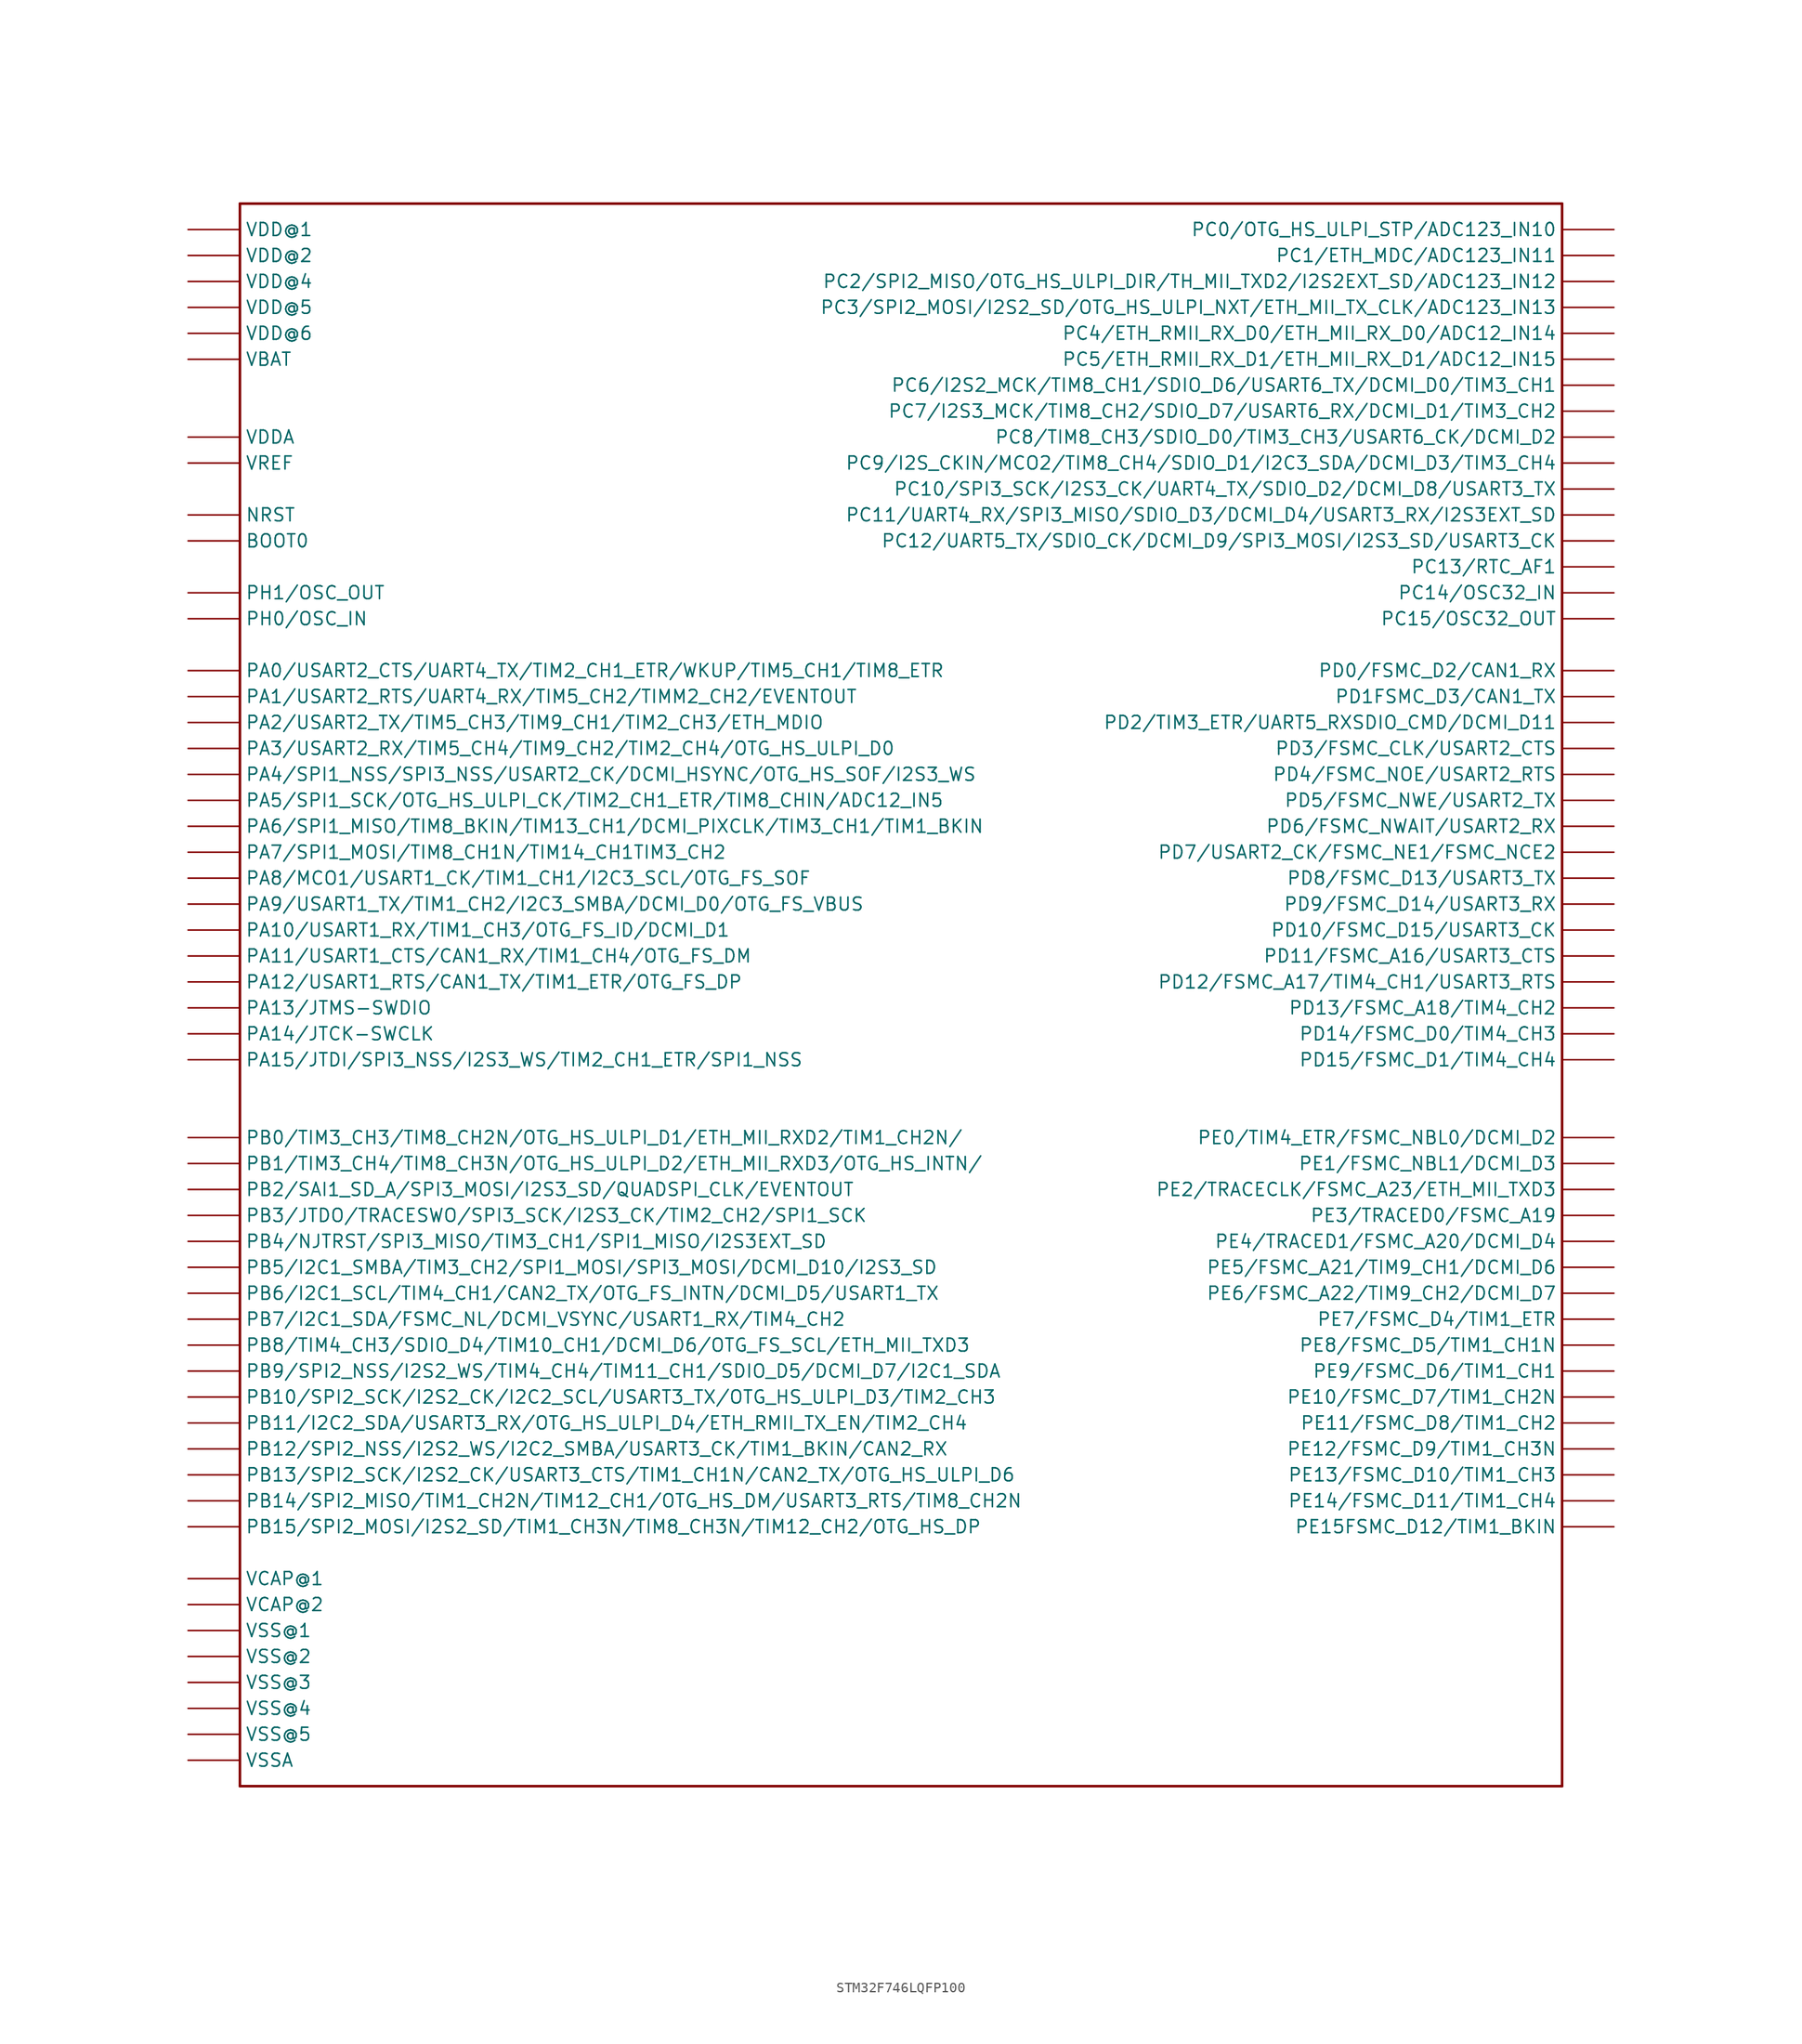
<source format=kicad_sym>
(kicad_symbol_lib
  (version 20231120)
  (generator "kicad_symbol_editor")
  (generator_version "8.0")
  (symbol "STM32F746LQFP100"
    (property "Reference" ""
      (at -60.96 76.2 0)
      (effects (font (size 5.08 4.318) (bold yes)) (justify left bottom) (hide yes)))
    (property "Value" ""
      (at 45.72 -81.28 0)
      (effects (font (size 5.08 4.318) (bold yes)) (justify left bottom)))
    (property "ki_locked" ""
      (at 0 0 0)
      (effects (font (size 1.27 1.27))))
    (symbol "STM32F746LQFP100_1_0"
      (polyline (pts (xy -60.96 -78.74) (xy -60.96 76.2)) (stroke (width 0.254) (type solid)) (fill (type none)))
      (polyline (pts (xy -60.96 76.2) (xy 68.58 76.2)) (stroke (width 0.254) (type solid)) (fill (type none)))
      (polyline (pts (xy 68.58 -78.74) (xy -60.96 -78.74)) (stroke (width 0.254) (type solid)) (fill (type none)))
      (polyline (pts (xy 68.58 76.2) (xy 68.58 -78.74)) (stroke (width 0.254) (type solid)) (fill (type none)))
      (pin bidirectional line (at 73.66 -20.32 180) (length 5.08) (name "PE2/TRACECLK/FSMC_A23/ETH_MII_TXD3" (effects (font (size 1.27 1.27)))) (number "1" (effects (font (size 0 0)))))
      (pin power_in line (at -66.04 -63.5 0) (length 5.08) (name "VSS@1" (effects (font (size 1.27 1.27)))) (number "10" (effects (font (size 0 0)))))
      (pin power_in line (at -66.04 63.5 0) (length 5.08) (name "VDD@6" (effects (font (size 1.27 1.27)))) (number "100" (effects (font (size 0 0)))))
      (pin power_in line (at -66.04 73.66 0) (length 5.08) (name "VDD@1" (effects (font (size 1.27 1.27)))) (number "11" (effects (font (size 0 0)))))
      (pin bidirectional line (at -66.04 35.56 0) (length 5.08) (name "PH0/OSC_IN" (effects (font (size 1.27 1.27)))) (number "12" (effects (font (size 0 0)))))
      (pin bidirectional line (at -66.04 38.1 0) (length 5.08) (name "PH1/OSC_OUT" (effects (font (size 1.27 1.27)))) (number "13" (effects (font (size 0 0)))))
      (pin bidirectional line (at -66.04 45.72 0) (length 5.08) (name "NRST" (effects (font (size 1.27 1.27)))) (number "14" (effects (font (size 0 0)))))
      (pin bidirectional line (at 73.66 73.66 180) (length 5.08) (name "PC0/OTG_HS_ULPI_STP/ADC123_IN10" (effects (font (size 1.27 1.27)))) (number "15" (effects (font (size 0 0)))))
      (pin bidirectional line (at 73.66 71.12 180) (length 5.08) (name "PC1/ETH_MDC/ADC123_IN11" (effects (font (size 1.27 1.27)))) (number "16" (effects (font (size 0 0)))))
      (pin bidirectional line (at 73.66 68.58 180) (length 5.08) (name "PC2/SPI2_MISO/OTG_HS_ULPI_DIR/TH_MII_TXD2/I2S2EXT_SD/ADC123_IN12" (effects (font (size 1.27 1.27)))) (number "17" (effects (font (size 0 0)))))
      (pin bidirectional line (at 73.66 66.04 180) (length 5.08) (name "PC3/SPI2_MOSI/I2S2_SD/OTG_HS_ULPI_NXT/ETH_MII_TX_CLK/ADC123_IN13" (effects (font (size 1.27 1.27)))) (number "18" (effects (font (size 0 0)))))
      (pin power_in line (at -66.04 -76.2 0) (length 5.08) (name "VSSA" (effects (font (size 1.27 1.27)))) (number "19" (effects (font (size 0 0)))))
      (pin bidirectional line (at 73.66 -22.86 180) (length 5.08) (name "PE3/TRACED0/FSMC_A19" (effects (font (size 1.27 1.27)))) (number "2" (effects (font (size 0 0)))))
      (pin power_in line (at -66.04 50.8 0) (length 5.08) (name "VREF" (effects (font (size 1.27 1.27)))) (number "20" (effects (font (size 0 0)))))
      (pin power_in line (at -66.04 53.34 0) (length 5.08) (name "VDDA" (effects (font (size 1.27 1.27)))) (number "21" (effects (font (size 0 0)))))
      (pin bidirectional line (at -66.04 30.48 0) (length 5.08) (name "PA0/USART2_CTS/UART4_TX/TIM2_CH1_ETR/WKUP/TIM5_CH1/TIM8_ETR" (effects (font (size 1.27 1.27)))) (number "22" (effects (font (size 0 0)))))
      (pin bidirectional line (at -66.04 27.94 0) (length 5.08) (name "PA1/USART2_RTS/UART4_RX/TIM5_CH2/TIMM2_CH2/EVENTOUT" (effects (font (size 1.27 1.27)))) (number "23" (effects (font (size 0 0)))))
      (pin bidirectional line (at -66.04 25.4 0) (length 5.08) (name "PA2/USART2_TX/TIM5_CH3/TIM9_CH1/TIM2_CH3/ETH_MDIO" (effects (font (size 1.27 1.27)))) (number "24" (effects (font (size 0 0)))))
      (pin bidirectional line (at -66.04 22.86 0) (length 5.08) (name "PA3/USART2_RX/TIM5_CH4/TIM9_CH2/TIM2_CH4/OTG_HS_ULPI_D0" (effects (font (size 1.27 1.27)))) (number "25" (effects (font (size 0 0)))))
      (pin power_in line (at -66.04 -66.04 0) (length 5.08) (name "VSS@2" (effects (font (size 1.27 1.27)))) (number "26" (effects (font (size 0 0)))))
      (pin power_in line (at -66.04 71.12 0) (length 5.08) (name "VDD@2" (effects (font (size 1.27 1.27)))) (number "27" (effects (font (size 0 0)))))
      (pin bidirectional line (at -66.04 20.32 0) (length 5.08) (name "PA4/SPI1_NSS/SPI3_NSS/USART2_CK/DCMI_HSYNC/OTG_HS_SOF/I2S3_WS" (effects (font (size 1.27 1.27)))) (number "28" (effects (font (size 0 0)))))
      (pin bidirectional line (at -66.04 17.78 0) (length 5.08) (name "PA5/SPI1_SCK/OTG_HS_ULPI_CK/TIM2_CH1_ETR/TIM8_CHIN/ADC12_IN5" (effects (font (size 1.27 1.27)))) (number "29" (effects (font (size 0 0)))))
      (pin bidirectional line (at 73.66 -25.4 180) (length 5.08) (name "PE4/TRACED1/FSMC_A20/DCMI_D4" (effects (font (size 1.27 1.27)))) (number "3" (effects (font (size 0 0)))))
      (pin bidirectional line (at -66.04 15.24 0) (length 5.08) (name "PA6/SPI1_MISO/TIM8_BKIN/TIM13_CH1/DCMI_PIXCLK/TIM3_CH1/TIM1_BKIN" (effects (font (size 1.27 1.27)))) (number "30" (effects (font (size 0 0)))))
      (pin bidirectional line (at -66.04 12.7 0) (length 5.08) (name "PA7/SPI1_MOSI/TIM8_CH1N/TIM14_CH1TIM3_CH2" (effects (font (size 1.27 1.27)))) (number "31" (effects (font (size 0 0)))))
      (pin bidirectional line (at 73.66 63.5 180) (length 5.08) (name "PC4/ETH_RMII_RX_D0/ETH_MII_RX_D0/ADC12_IN14" (effects (font (size 1.27 1.27)))) (number "32" (effects (font (size 0 0)))))
      (pin bidirectional line (at 73.66 60.96 180) (length 5.08) (name "PC5/ETH_RMII_RX_D1/ETH_MII_RX_D1/ADC12_IN15" (effects (font (size 1.27 1.27)))) (number "33" (effects (font (size 0 0)))))
      (pin bidirectional line (at -66.04 -15.24 0) (length 5.08) (name "PB0/TIM3_CH3/TIM8_CH2N/OTG_HS_ULPI_D1/ETH_MII_RXD2/TIM1_CH2N/" (effects (font (size 1.27 1.27)))) (number "34" (effects (font (size 0 0)))))
      (pin bidirectional line (at -66.04 -17.78 0) (length 5.08) (name "PB1/TIM3_CH4/TIM8_CH3N/OTG_HS_ULPI_D2/ETH_MII_RXD3/OTG_HS_INTN/" (effects (font (size 1.27 1.27)))) (number "35" (effects (font (size 0 0)))))
      (pin bidirectional line (at -66.04 -20.32 0) (length 5.08) (name "PB2/SAI1_SD_A/SPI3_MOSI/I2S3_SD/QUADSPI_CLK/EVENTOUT" (effects (font (size 1.27 1.27)))) (number "36" (effects (font (size 0 0)))))
      (pin bidirectional line (at 73.66 -33.02 180) (length 5.08) (name "PE7/FSMC_D4/TIM1_ETR" (effects (font (size 1.27 1.27)))) (number "37" (effects (font (size 0 0)))))
      (pin bidirectional line (at 73.66 -35.56 180) (length 5.08) (name "PE8/FSMC_D5/TIM1_CH1N" (effects (font (size 1.27 1.27)))) (number "38" (effects (font (size 0 0)))))
      (pin bidirectional line (at 73.66 -38.1 180) (length 5.08) (name "PE9/FSMC_D6/TIM1_CH1" (effects (font (size 1.27 1.27)))) (number "39" (effects (font (size 0 0)))))
      (pin bidirectional line (at 73.66 -27.94 180) (length 5.08) (name "PE5/FSMC_A21/TIM9_CH1/DCMI_D6" (effects (font (size 1.27 1.27)))) (number "4" (effects (font (size 0 0)))))
      (pin bidirectional line (at 73.66 -40.64 180) (length 5.08) (name "PE10/FSMC_D7/TIM1_CH2N" (effects (font (size 1.27 1.27)))) (number "40" (effects (font (size 0 0)))))
      (pin bidirectional line (at 73.66 -43.18 180) (length 5.08) (name "PE11/FSMC_D8/TIM1_CH2" (effects (font (size 1.27 1.27)))) (number "41" (effects (font (size 0 0)))))
      (pin bidirectional line (at 73.66 -45.72 180) (length 5.08) (name "PE12/FSMC_D9/TIM1_CH3N" (effects (font (size 1.27 1.27)))) (number "42" (effects (font (size 0 0)))))
      (pin bidirectional line (at 73.66 -48.26 180) (length 5.08) (name "PE13/FSMC_D10/TIM1_CH3" (effects (font (size 1.27 1.27)))) (number "43" (effects (font (size 0 0)))))
      (pin bidirectional line (at 73.66 -50.8 180) (length 5.08) (name "PE14/FSMC_D11/TIM1_CH4" (effects (font (size 1.27 1.27)))) (number "44" (effects (font (size 0 0)))))
      (pin bidirectional line (at 73.66 -53.34 180) (length 5.08) (name "PE15FSMC_D12/TIM1_BKIN" (effects (font (size 1.27 1.27)))) (number "45" (effects (font (size 0 0)))))
      (pin bidirectional line (at -66.04 -40.64 0) (length 5.08) (name "PB10/SPI2_SCK/I2S2_CK/I2C2_SCL/USART3_TX/OTG_HS_ULPI_D3/TIM2_CH3" (effects (font (size 1.27 1.27)))) (number "46" (effects (font (size 0 0)))))
      (pin bidirectional line (at -66.04 -43.18 0) (length 5.08) (name "PB11/I2C2_SDA/USART3_RX/OTG_HS_ULPI_D4/ETH_RMII_TX_EN/TIM2_CH4" (effects (font (size 1.27 1.27)))) (number "47" (effects (font (size 0 0)))))
      (pin power_in line (at -66.04 -58.42 0) (length 5.08) (name "VCAP@1" (effects (font (size 1.27 1.27)))) (number "48" (effects (font (size 0 0)))))
      (pin power_in line (at -66.04 -73.66 0) (length 5.08) (name "VSS@5" (effects (font (size 1.27 1.27)))) (number "49" (effects (font (size 0 0)))))
      (pin bidirectional line (at 73.66 -30.48 180) (length 5.08) (name "PE6/FSMC_A22/TIM9_CH2/DCMI_D7" (effects (font (size 1.27 1.27)))) (number "5" (effects (font (size 0 0)))))
      (pin power_in line (at -66.04 68.58 0) (length 5.08) (name "VDD@4" (effects (font (size 1.27 1.27)))) (number "50" (effects (font (size 0 0)))))
      (pin bidirectional line (at -66.04 -45.72 0) (length 5.08) (name "PB12/SPI2_NSS/I2S2_WS/I2C2_SMBA/USART3_CK/TIM1_BKIN/CAN2_RX" (effects (font (size 1.27 1.27)))) (number "51" (effects (font (size 0 0)))))
      (pin bidirectional line (at -66.04 -48.26 0) (length 5.08) (name "PB13/SPI2_SCK/I2S2_CK/USART3_CTS/TIM1_CH1N/CAN2_TX/OTG_HS_ULPI_D6" (effects (font (size 1.27 1.27)))) (number "52" (effects (font (size 0 0)))))
      (pin bidirectional line (at -66.04 -50.8 0) (length 5.08) (name "PB14/SPI2_MISO/TIM1_CH2N/TIM12_CH1/OTG_HS_DM/USART3_RTS/TIM8_CH2N" (effects (font (size 1.27 1.27)))) (number "53" (effects (font (size 0 0)))))
      (pin bidirectional line (at -66.04 -53.34 0) (length 5.08) (name "PB15/SPI2_MOSI/I2S2_SD/TIM1_CH3N/TIM8_CH3N/TIM12_CH2/OTG_HS_DP" (effects (font (size 1.27 1.27)))) (number "54" (effects (font (size 0 0)))))
      (pin bidirectional line (at 73.66 10.16 180) (length 5.08) (name "PD8/FSMC_D13/USART3_TX" (effects (font (size 1.27 1.27)))) (number "55" (effects (font (size 0 0)))))
      (pin bidirectional line (at 73.66 7.62 180) (length 5.08) (name "PD9/FSMC_D14/USART3_RX" (effects (font (size 1.27 1.27)))) (number "56" (effects (font (size 0 0)))))
      (pin bidirectional line (at 73.66 5.08 180) (length 5.08) (name "PD10/FSMC_D15/USART3_CK" (effects (font (size 1.27 1.27)))) (number "57" (effects (font (size 0 0)))))
      (pin bidirectional line (at 73.66 2.54 180) (length 5.08) (name "PD11/FSMC_A16/USART3_CTS" (effects (font (size 1.27 1.27)))) (number "58" (effects (font (size 0 0)))))
      (pin bidirectional line (at 73.66 0 180) (length 5.08) (name "PD12/FSMC_A17/TIM4_CH1/USART3_RTS" (effects (font (size 1.27 1.27)))) (number "59" (effects (font (size 0 0)))))
      (pin power_in line (at -66.04 60.96 0) (length 5.08) (name "VBAT" (effects (font (size 1.27 1.27)))) (number "6" (effects (font (size 0 0)))))
      (pin bidirectional line (at 73.66 -2.54 180) (length 5.08) (name "PD13/FSMC_A18/TIM4_CH2" (effects (font (size 1.27 1.27)))) (number "60" (effects (font (size 0 0)))))
      (pin bidirectional line (at 73.66 -5.08 180) (length 5.08) (name "PD14/FSMC_D0/TIM4_CH3" (effects (font (size 1.27 1.27)))) (number "61" (effects (font (size 0 0)))))
      (pin bidirectional line (at 73.66 -7.62 180) (length 5.08) (name "PD15/FSMC_D1/TIM4_CH4" (effects (font (size 1.27 1.27)))) (number "62" (effects (font (size 0 0)))))
      (pin bidirectional line (at 73.66 58.42 180) (length 5.08) (name "PC6/I2S2_MCK/TIM8_CH1/SDIO_D6/USART6_TX/DCMI_D0/TIM3_CH1" (effects (font (size 1.27 1.27)))) (number "63" (effects (font (size 0 0)))))
      (pin bidirectional line (at 73.66 55.88 180) (length 5.08) (name "PC7/I2S3_MCK/TIM8_CH2/SDIO_D7/USART6_RX/DCMI_D1/TIM3_CH2" (effects (font (size 1.27 1.27)))) (number "64" (effects (font (size 0 0)))))
      (pin bidirectional line (at 73.66 53.34 180) (length 5.08) (name "PC8/TIM8_CH3/SDIO_D0/TIM3_CH3/USART6_CK/DCMI_D2" (effects (font (size 1.27 1.27)))) (number "65" (effects (font (size 0 0)))))
      (pin bidirectional line (at 73.66 50.8 180) (length 5.08) (name "PC9/I2S_CKIN/MCO2/TIM8_CH4/SDIO_D1/I2C3_SDA/DCMI_D3/TIM3_CH4" (effects (font (size 1.27 1.27)))) (number "66" (effects (font (size 0 0)))))
      (pin bidirectional line (at -66.04 10.16 0) (length 5.08) (name "PA8/MCO1/USART1_CK/TIM1_CH1/I2C3_SCL/OTG_FS_SOF" (effects (font (size 1.27 1.27)))) (number "67" (effects (font (size 0 0)))))
      (pin bidirectional line (at -66.04 7.62 0) (length 5.08) (name "PA9/USART1_TX/TIM1_CH2/I2C3_SMBA/DCMI_D0/OTG_FS_VBUS" (effects (font (size 1.27 1.27)))) (number "68" (effects (font (size 0 0)))))
      (pin bidirectional line (at -66.04 5.08 0) (length 5.08) (name "PA10/USART1_RX/TIM1_CH3/OTG_FS_ID/DCMI_D1" (effects (font (size 1.27 1.27)))) (number "69" (effects (font (size 0 0)))))
      (pin bidirectional line (at 73.66 40.64 180) (length 5.08) (name "PC13/RTC_AF1" (effects (font (size 1.27 1.27)))) (number "7" (effects (font (size 0 0)))))
      (pin bidirectional line (at -66.04 2.54 0) (length 5.08) (name "PA11/USART1_CTS/CAN1_RX/TIM1_CH4/OTG_FS_DM" (effects (font (size 1.27 1.27)))) (number "70" (effects (font (size 0 0)))))
      (pin bidirectional line (at -66.04 0 0) (length 5.08) (name "PA12/USART1_RTS/CAN1_TX/TIM1_ETR/OTG_FS_DP" (effects (font (size 1.27 1.27)))) (number "71" (effects (font (size 0 0)))))
      (pin bidirectional line (at -66.04 -2.54 0) (length 5.08) (name "PA13/JTMS-SWDIO" (effects (font (size 1.27 1.27)))) (number "72" (effects (font (size 0 0)))))
      (pin power_in line (at -66.04 -60.96 0) (length 5.08) (name "VCAP@2" (effects (font (size 1.27 1.27)))) (number "73" (effects (font (size 0 0)))))
      (pin power_in line (at -66.04 -68.58 0) (length 5.08) (name "VSS@3" (effects (font (size 1.27 1.27)))) (number "74" (effects (font (size 0 0)))))
      (pin power_in line (at -66.04 66.04 0) (length 5.08) (name "VDD@5" (effects (font (size 1.27 1.27)))) (number "75" (effects (font (size 0 0)))))
      (pin bidirectional line (at -66.04 -5.08 0) (length 5.08) (name "PA14/JTCK-SWCLK" (effects (font (size 1.27 1.27)))) (number "76" (effects (font (size 0 0)))))
      (pin bidirectional line (at -66.04 -7.62 0) (length 5.08) (name "PA15/JTDI/SPI3_NSS/I2S3_WS/TIM2_CH1_ETR/SPI1_NSS" (effects (font (size 1.27 1.27)))) (number "77" (effects (font (size 0 0)))))
      (pin bidirectional line (at 73.66 48.26 180) (length 5.08) (name "PC10/SPI3_SCK/I2S3_CK/UART4_TX/SDIO_D2/DCMI_D8/USART3_TX" (effects (font (size 1.27 1.27)))) (number "78" (effects (font (size 0 0)))))
      (pin bidirectional line (at 73.66 45.72 180) (length 5.08) (name "PC11/UART4_RX/SPI3_MISO/SDIO_D3/DCMI_D4/USART3_RX/I2S3EXT_SD" (effects (font (size 1.27 1.27)))) (number "79" (effects (font (size 0 0)))))
      (pin bidirectional line (at 73.66 38.1 180) (length 5.08) (name "PC14/OSC32_IN" (effects (font (size 1.27 1.27)))) (number "8" (effects (font (size 0 0)))))
      (pin bidirectional line (at 73.66 43.18 180) (length 5.08) (name "PC12/UART5_TX/SDIO_CK/DCMI_D9/SPI3_MOSI/I2S3_SD/USART3_CK" (effects (font (size 1.27 1.27)))) (number "80" (effects (font (size 0 0)))))
      (pin bidirectional line (at 73.66 30.48 180) (length 5.08) (name "PD0/FSMC_D2/CAN1_RX" (effects (font (size 1.27 1.27)))) (number "81" (effects (font (size 0 0)))))
      (pin bidirectional line (at 73.66 27.94 180) (length 5.08) (name "PD1FSMC_D3/CAN1_TX" (effects (font (size 1.27 1.27)))) (number "82" (effects (font (size 0 0)))))
      (pin bidirectional line (at 73.66 25.4 180) (length 5.08) (name "PD2/TIM3_ETR/UART5_RXSDIO_CMD/DCMI_D11" (effects (font (size 1.27 1.27)))) (number "83" (effects (font (size 0 0)))))
      (pin bidirectional line (at 73.66 22.86 180) (length 5.08) (name "PD3/FSMC_CLK/USART2_CTS" (effects (font (size 1.27 1.27)))) (number "84" (effects (font (size 0 0)))))
      (pin bidirectional line (at 73.66 20.32 180) (length 5.08) (name "PD4/FSMC_NOE/USART2_RTS" (effects (font (size 1.27 1.27)))) (number "85" (effects (font (size 0 0)))))
      (pin bidirectional line (at 73.66 17.78 180) (length 5.08) (name "PD5/FSMC_NWE/USART2_TX" (effects (font (size 1.27 1.27)))) (number "86" (effects (font (size 0 0)))))
      (pin bidirectional line (at 73.66 15.24 180) (length 5.08) (name "PD6/FSMC_NWAIT/USART2_RX" (effects (font (size 1.27 1.27)))) (number "87" (effects (font (size 0 0)))))
      (pin bidirectional line (at 73.66 12.7 180) (length 5.08) (name "PD7/USART2_CK/FSMC_NE1/FSMC_NCE2" (effects (font (size 1.27 1.27)))) (number "88" (effects (font (size 0 0)))))
      (pin bidirectional line (at -66.04 -22.86 0) (length 5.08) (name "PB3/JTDO/TRACESWO/SPI3_SCK/I2S3_CK/TIM2_CH2/SPI1_SCK" (effects (font (size 1.27 1.27)))) (number "89" (effects (font (size 0 0)))))
      (pin bidirectional line (at 73.66 35.56 180) (length 5.08) (name "PC15/OSC32_OUT" (effects (font (size 1.27 1.27)))) (number "9" (effects (font (size 0 0)))))
      (pin bidirectional line (at -66.04 -25.4 0) (length 5.08) (name "PB4/NJTRST/SPI3_MISO/TIM3_CH1/SPI1_MISO/I2S3EXT_SD" (effects (font (size 1.27 1.27)))) (number "90" (effects (font (size 0 0)))))
      (pin bidirectional line (at -66.04 -27.94 0) (length 5.08) (name "PB5/I2C1_SMBA/TIM3_CH2/SPI1_MOSI/SPI3_MOSI/DCMI_D10/I2S3_SD" (effects (font (size 1.27 1.27)))) (number "91" (effects (font (size 0 0)))))
      (pin bidirectional line (at -66.04 -30.48 0) (length 5.08) (name "PB6/I2C1_SCL/TIM4_CH1/CAN2_TX/OTG_FS_INTN/DCMI_D5/USART1_TX" (effects (font (size 1.27 1.27)))) (number "92" (effects (font (size 0 0)))))
      (pin bidirectional line (at -66.04 -33.02 0) (length 5.08) (name "PB7/I2C1_SDA/FSMC_NL/DCMI_VSYNC/USART1_RX/TIM4_CH2" (effects (font (size 1.27 1.27)))) (number "93" (effects (font (size 0 0)))))
      (pin bidirectional line (at -66.04 43.18 0) (length 5.08) (name "BOOT0" (effects (font (size 1.27 1.27)))) (number "94" (effects (font (size 0 0)))))
      (pin bidirectional line (at -66.04 -35.56 0) (length 5.08) (name "PB8/TIM4_CH3/SDIO_D4/TIM10_CH1/DCMI_D6/OTG_FS_SCL/ETH_MII_TXD3" (effects (font (size 1.27 1.27)))) (number "95" (effects (font (size 0 0)))))
      (pin bidirectional line (at -66.04 -38.1 0) (length 5.08) (name "PB9/SPI2_NSS/I2S2_WS/TIM4_CH4/TIM11_CH1/SDIO_D5/DCMI_D7/I2C1_SDA" (effects (font (size 1.27 1.27)))) (number "96" (effects (font (size 0 0)))))
      (pin bidirectional line (at 73.66 -15.24 180) (length 5.08) (name "PE0/TIM4_ETR/FSMC_NBL0/DCMI_D2" (effects (font (size 1.27 1.27)))) (number "97" (effects (font (size 0 0)))))
      (pin bidirectional line (at 73.66 -17.78 180) (length 5.08) (name "PE1/FSMC_NBL1/DCMI_D3" (effects (font (size 1.27 1.27)))) (number "98" (effects (font (size 0 0)))))
      (pin power_in line (at -66.04 -71.12 0) (length 5.08) (name "VSS@4" (effects (font (size 1.27 1.27)))) (number "99" (effects (font (size 0 0))))))))
</source>
